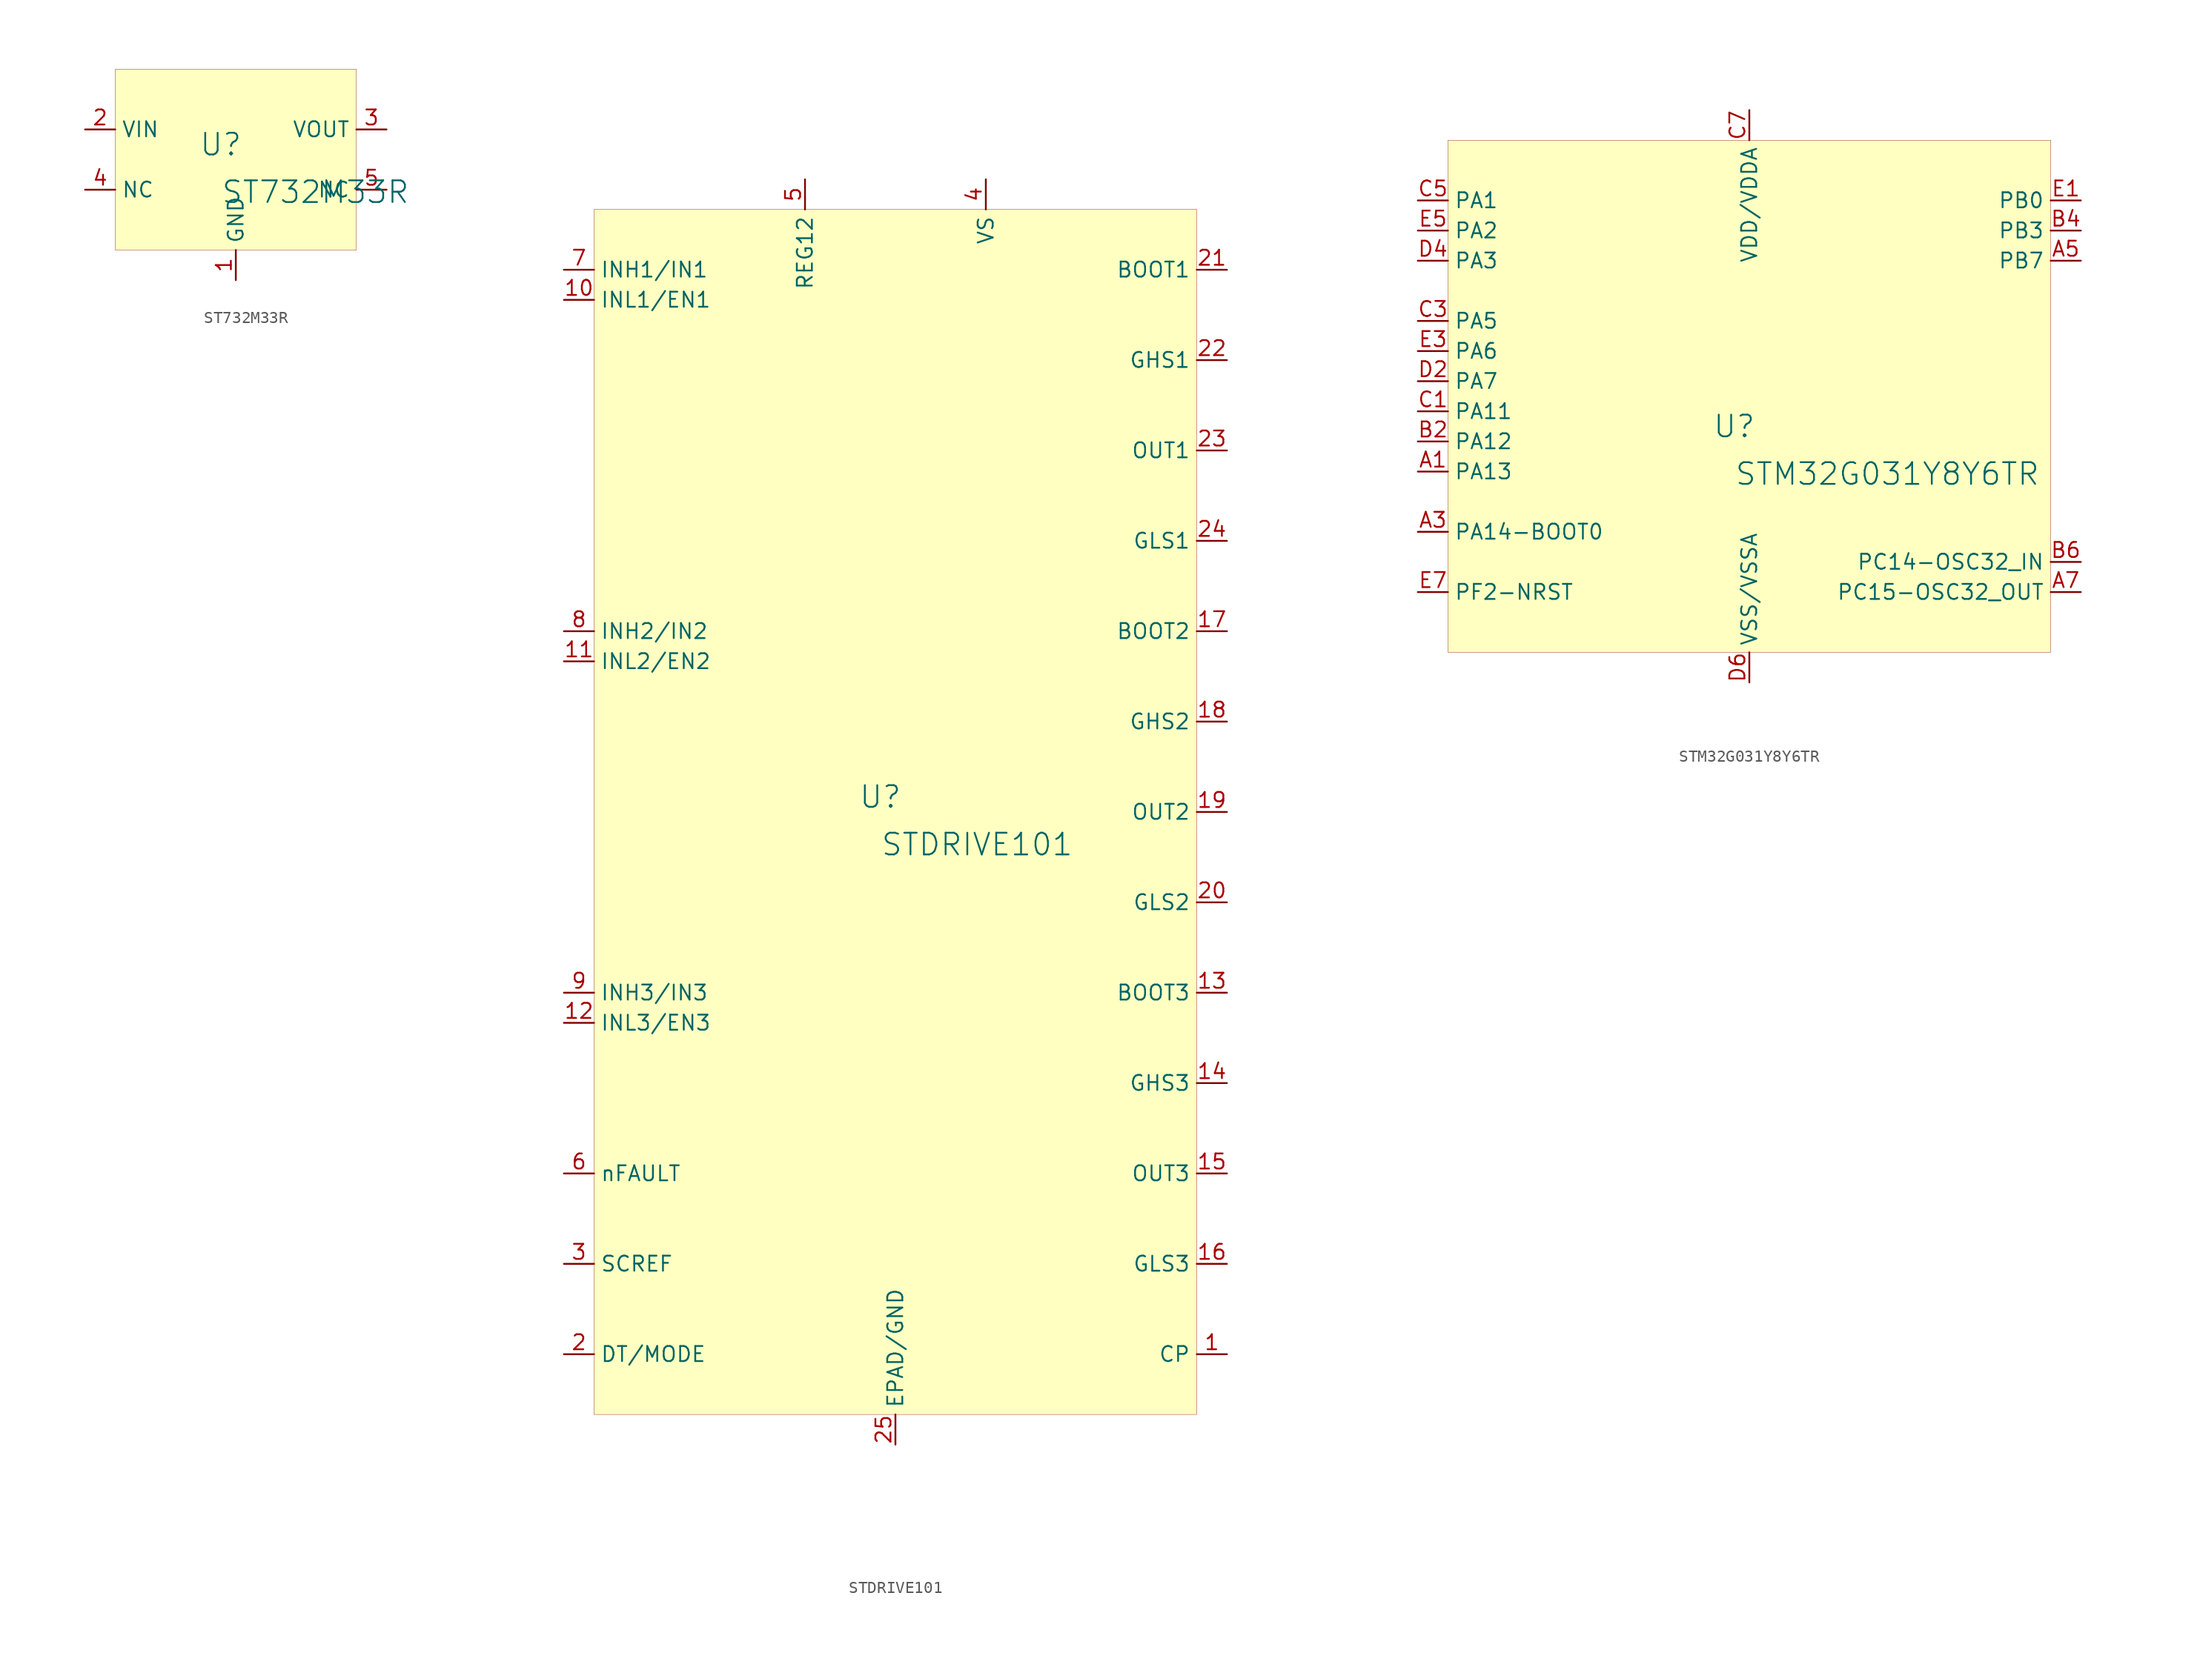
<source format=kicad_sym>
(kicad_symbol_lib
  (version 20231120)
  (generator "kicad_symbol_editor")
  (generator_version "8.0")
  (symbol "ST732M33R"
    (property "Reference" "U"
      (at -1.27 1.27 0)
      (effects (font (size 1.829 1.829))))
    (property "Value" "ST732M33R"
      (at -1.27 -3.81 0)
      (effects (font (size 1.829 1.829)) (justify left bottom)))
    (symbol "ST732M33R_1_0"
      (rectangle (start 10.16 7.62) (end -10.16 -7.62) (stroke (width 0.025) (type solid) (color 128 0 0 1)) (fill (type background)))
      (pin power_in line (at 0 -10.16 90) (length 2.54) (name "GND" (effects (font (size 1.27 1.27)))) (number "1" (effects (font (size 1.27 1.27)))))
      (pin power_in line (at -12.7 2.54 0) (length 2.54) (name "VIN" (effects (font (size 1.27 1.27)))) (number "2" (effects (font (size 1.27 1.27)))))
      (pin power_in line (at 12.7 2.54 180) (length 2.54) (name "VOUT" (effects (font (size 1.27 1.27)))) (number "3" (effects (font (size 1.27 1.27)))))
      (pin passive line (at -12.7 -2.54 0) (length 2.54) (name "NC" (effects (font (size 1.27 1.27)))) (number "4" (effects (font (size 1.27 1.27)))))
      (pin passive line (at 12.7 -2.54 180) (length 2.54) (name "NC" (effects (font (size 1.27 1.27)))) (number "5" (effects (font (size 1.27 1.27)))))))
  (symbol "STDRIVE101"
    (property "Reference" "U"
      (at -1.27 1.27 0)
      (effects (font (size 1.829 1.829))))
    (property "Value" "STDRIVE101"
      (at -1.27 -3.81 0)
      (effects (font (size 1.829 1.829)) (justify left bottom)))
    (symbol "STDRIVE101_1_0"
      (rectangle (start 25.4 50.8) (end -25.4 -50.8) (stroke (width 0.025) (type solid) (color 128 0 0 1)) (fill (type background)))
      (pin passive line (at 27.94 -45.72 180) (length 2.54) (name "CP" (effects (font (size 1.27 1.27)))) (number "1" (effects (font (size 1.27 1.27)))))
      (pin passive line (at -27.94 43.18 0) (length 2.54) (name "INL1/EN1" (effects (font (size 1.27 1.27)))) (number "10" (effects (font (size 1.27 1.27)))))
      (pin passive line (at -27.94 12.7 0) (length 2.54) (name "INL2/EN2" (effects (font (size 1.27 1.27)))) (number "11" (effects (font (size 1.27 1.27)))))
      (pin passive line (at -27.94 -17.78 0) (length 2.54) (name "INL3/EN3" (effects (font (size 1.27 1.27)))) (number "12" (effects (font (size 1.27 1.27)))))
      (pin passive line (at 27.94 -15.24 180) (length 2.54) (name "BOOT3" (effects (font (size 1.27 1.27)))) (number "13" (effects (font (size 1.27 1.27)))))
      (pin passive line (at 27.94 -22.86 180) (length 2.54) (name "GHS3" (effects (font (size 1.27 1.27)))) (number "14" (effects (font (size 1.27 1.27)))))
      (pin passive line (at 27.94 -30.48 180) (length 2.54) (name "OUT3" (effects (font (size 1.27 1.27)))) (number "15" (effects (font (size 1.27 1.27)))))
      (pin passive line (at 27.94 -38.1 180) (length 2.54) (name "GLS3" (effects (font (size 1.27 1.27)))) (number "16" (effects (font (size 1.27 1.27)))))
      (pin passive line (at 27.94 15.24 180) (length 2.54) (name "BOOT2" (effects (font (size 1.27 1.27)))) (number "17" (effects (font (size 1.27 1.27)))))
      (pin passive line (at 27.94 7.62 180) (length 2.54) (name "GHS2" (effects (font (size 1.27 1.27)))) (number "18" (effects (font (size 1.27 1.27)))))
      (pin passive line (at 27.94 0 180) (length 2.54) (name "OUT2" (effects (font (size 1.27 1.27)))) (number "19" (effects (font (size 1.27 1.27)))))
      (pin passive line (at -27.94 -45.72 0) (length 2.54) (name "DT/MODE" (effects (font (size 1.27 1.27)))) (number "2" (effects (font (size 1.27 1.27)))))
      (pin passive line (at 27.94 -7.62 180) (length 2.54) (name "GLS2" (effects (font (size 1.27 1.27)))) (number "20" (effects (font (size 1.27 1.27)))))
      (pin passive line (at 27.94 45.72 180) (length 2.54) (name "BOOT1" (effects (font (size 1.27 1.27)))) (number "21" (effects (font (size 1.27 1.27)))))
      (pin passive line (at 27.94 38.1 180) (length 2.54) (name "GHS1" (effects (font (size 1.27 1.27)))) (number "22" (effects (font (size 1.27 1.27)))))
      (pin passive line (at 27.94 30.48 180) (length 2.54) (name "OUT1" (effects (font (size 1.27 1.27)))) (number "23" (effects (font (size 1.27 1.27)))))
      (pin passive line (at 27.94 22.86 180) (length 2.54) (name "GLS1" (effects (font (size 1.27 1.27)))) (number "24" (effects (font (size 1.27 1.27)))))
      (pin passive line (at 0 -53.34 90) (length 2.54) (name "EPAD/GND" (effects (font (size 1.27 1.27)))) (number "25" (effects (font (size 1.27 1.27)))))
      (pin passive line (at -27.94 -38.1 0) (length 2.54) (name "SCREF" (effects (font (size 1.27 1.27)))) (number "3" (effects (font (size 1.27 1.27)))))
      (pin passive line (at 7.62 53.34 270) (length 2.54) (name "VS" (effects (font (size 1.27 1.27)))) (number "4" (effects (font (size 1.27 1.27)))))
      (pin passive line (at -7.62 53.34 270) (length 2.54) (name "REG12" (effects (font (size 1.27 1.27)))) (number "5" (effects (font (size 1.27 1.27)))))
      (pin passive line (at -27.94 -30.48 0) (length 2.54) (name "nFAULT" (effects (font (size 1.27 1.27)))) (number "6" (effects (font (size 1.27 1.27)))))
      (pin passive line (at -27.94 45.72 0) (length 2.54) (name "INH1/IN1" (effects (font (size 1.27 1.27)))) (number "7" (effects (font (size 1.27 1.27)))))
      (pin passive line (at -27.94 15.24 0) (length 2.54) (name "INH2/IN2" (effects (font (size 1.27 1.27)))) (number "8" (effects (font (size 1.27 1.27)))))
      (pin passive line (at -27.94 -15.24 0) (length 2.54) (name "INH3/IN3" (effects (font (size 1.27 1.27)))) (number "9" (effects (font (size 1.27 1.27)))))))
  (symbol "STM32G031Y8Y6TR"
    (property "Reference" "U"
      (at -1.27 1.27 0)
      (effects (font (size 1.829 1.829))))
    (property "Value" "STM32G031Y8Y6TR"
      (at -1.27 -3.81 0)
      (effects (font (size 1.829 1.829)) (justify left bottom)))
    (symbol "STM32G031Y8Y6TR_1_0"
      (rectangle (start 25.4 25.4) (end -25.4 -17.78) (stroke (width 0.025) (type solid) (color 128 0 0 1)) (fill (type background)))
      (pin passive line (at -27.94 -2.54 0) (length 2.54) (name "PA13" (effects (font (size 1.27 1.27)))) (number "A1" (effects (font (size 1.27 1.27)))))
      (pin passive line (at -27.94 -7.62 0) (length 2.54) (name "PA14-BOOT0" (effects (font (size 1.27 1.27)))) (number "A3" (effects (font (size 1.27 1.27)))))
      (pin passive line (at 27.94 15.24 180) (length 2.54) (name "PB7" (effects (font (size 1.27 1.27)))) (number "A5" (effects (font (size 1.27 1.27)))))
      (pin passive line (at 27.94 -12.7 180) (length 2.54) (name "PC15-OSC32_OUT" (effects (font (size 1.27 1.27)))) (number "A7" (effects (font (size 1.27 1.27)))))
      (pin passive line (at -27.94 0 0) (length 2.54) (name "PA12" (effects (font (size 1.27 1.27)))) (number "B2" (effects (font (size 1.27 1.27)))))
      (pin passive line (at 27.94 17.78 180) (length 2.54) (name "PB3" (effects (font (size 1.27 1.27)))) (number "B4" (effects (font (size 1.27 1.27)))))
      (pin passive line (at 27.94 -10.16 180) (length 2.54) (name "PC14-OSC32_IN" (effects (font (size 1.27 1.27)))) (number "B6" (effects (font (size 1.27 1.27)))))
      (pin passive line (at -27.94 2.54 0) (length 2.54) (name "PA11" (effects (font (size 1.27 1.27)))) (number "C1" (effects (font (size 1.27 1.27)))))
      (pin passive line (at -27.94 10.16 0) (length 2.54) (name "PA5" (effects (font (size 1.27 1.27)))) (number "C3" (effects (font (size 1.27 1.27)))))
      (pin passive line (at -27.94 20.32 0) (length 2.54) (name "PA1" (effects (font (size 1.27 1.27)))) (number "C5" (effects (font (size 1.27 1.27)))))
      (pin power_in line (at 0 27.94 270) (length 2.54) (name "VDD/VDDA" (effects (font (size 1.27 1.27)))) (number "C7" (effects (font (size 1.27 1.27)))))
      (pin passive line (at -27.94 5.08 0) (length 2.54) (name "PA7" (effects (font (size 1.27 1.27)))) (number "D2" (effects (font (size 1.27 1.27)))))
      (pin passive line (at -27.94 15.24 0) (length 2.54) (name "PA3" (effects (font (size 1.27 1.27)))) (number "D4" (effects (font (size 1.27 1.27)))))
      (pin power_in line (at 0 -20.32 90) (length 2.54) (name "VSS/VSSA" (effects (font (size 1.27 1.27)))) (number "D6" (effects (font (size 1.27 1.27)))))
      (pin passive line (at 27.94 20.32 180) (length 2.54) (name "PB0" (effects (font (size 1.27 1.27)))) (number "E1" (effects (font (size 1.27 1.27)))))
      (pin passive line (at -27.94 7.62 0) (length 2.54) (name "PA6" (effects (font (size 1.27 1.27)))) (number "E3" (effects (font (size 1.27 1.27)))))
      (pin passive line (at -27.94 17.78 0) (length 2.54) (name "PA2" (effects (font (size 1.27 1.27)))) (number "E5" (effects (font (size 1.27 1.27)))))
      (pin passive line (at -27.94 -12.7 0) (length 2.54) (name "PF2-NRST" (effects (font (size 1.27 1.27)))) (number "E7" (effects (font (size 1.27 1.27))))))))
</source>
